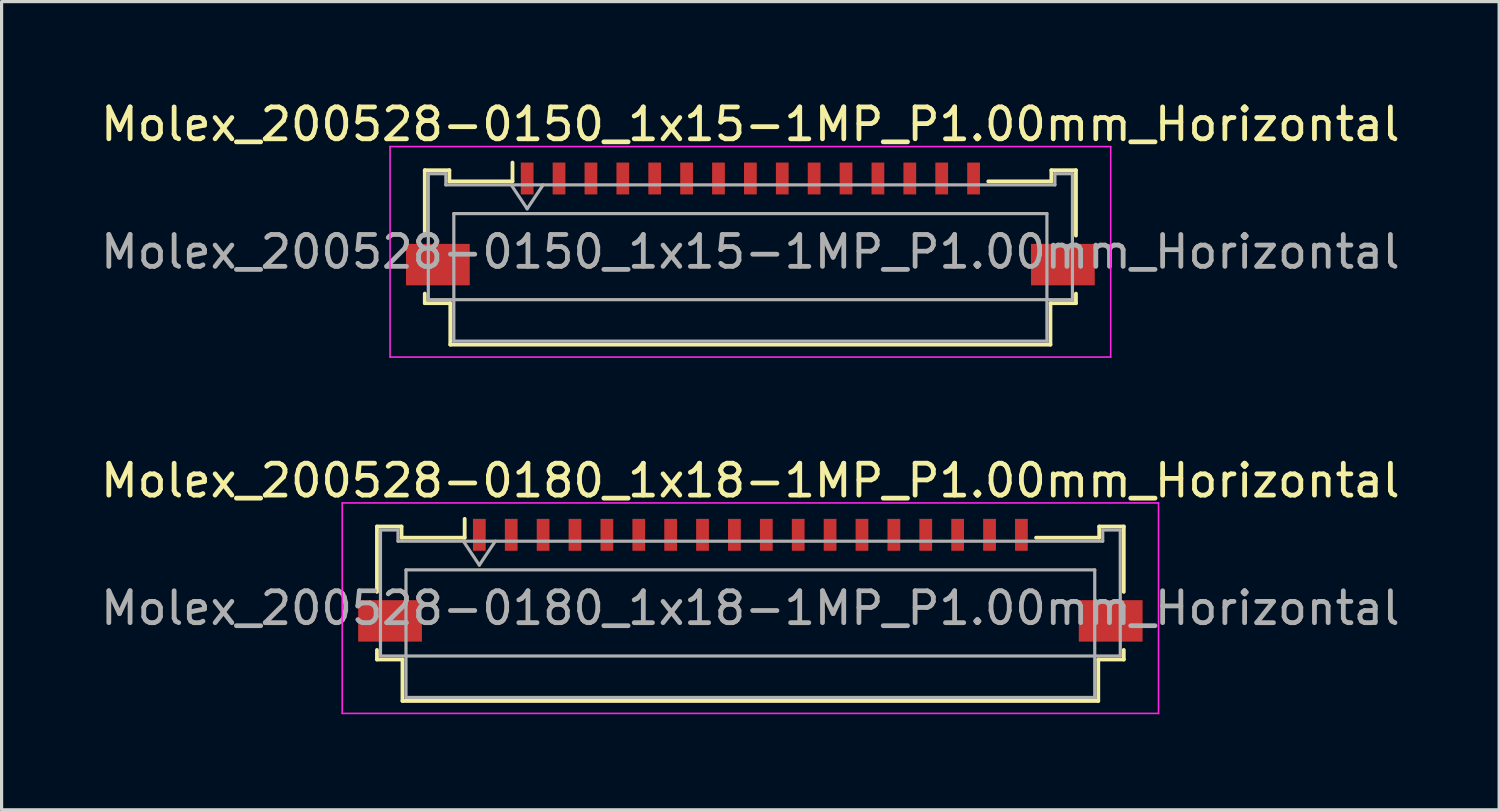
<source format=kicad_pcb>
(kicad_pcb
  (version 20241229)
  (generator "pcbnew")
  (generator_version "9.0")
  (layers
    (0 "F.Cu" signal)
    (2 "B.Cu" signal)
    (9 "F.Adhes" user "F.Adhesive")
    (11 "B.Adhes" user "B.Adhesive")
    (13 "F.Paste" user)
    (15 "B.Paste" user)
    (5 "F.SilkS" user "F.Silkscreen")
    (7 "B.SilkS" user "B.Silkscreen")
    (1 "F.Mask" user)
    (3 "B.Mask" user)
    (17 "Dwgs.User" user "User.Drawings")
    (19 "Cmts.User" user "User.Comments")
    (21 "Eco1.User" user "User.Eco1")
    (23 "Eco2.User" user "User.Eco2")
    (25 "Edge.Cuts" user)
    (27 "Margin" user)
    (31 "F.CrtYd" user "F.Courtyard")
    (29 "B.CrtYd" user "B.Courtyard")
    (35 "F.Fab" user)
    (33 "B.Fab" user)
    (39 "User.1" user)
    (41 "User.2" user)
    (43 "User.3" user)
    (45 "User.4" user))
  (footprint "Molex_200528-0150_1x15-1MP_P1.00mm_Horizontal"
    (layer "F.Cu")
    (at 20.482 3.458)
    (property "Reference" "Molex_200528-0150_1x15-1MP_P1.00mm_Horizontal" (at 0 -2.61 0) (layer "F.SilkS") (effects (font (size 1 1) (thickness 0.15))))
    (attr smd)
    (fp_line (start -10.21 -1.17) (end -10.21 0.88) (stroke (width 0.12) (type solid)) (layer "F.SilkS"))
    (fp_line (start -10.21 2.7) (end -10.21 3) (stroke (width 0.12) (type solid)) (layer "F.SilkS"))
    (fp_line (start -10.21 3) (end -9.41 3) (stroke (width 0.12) (type solid)) (layer "F.SilkS"))
    (fp_line (start -9.44 -1.17) (end -10.21 -1.17) (stroke (width 0.12) (type solid)) (layer "F.SilkS"))
    (fp_line (start -9.44 -0.82) (end -9.44 -1.17) (stroke (width 0.12) (type solid)) (layer "F.SilkS"))
    (fp_line (start -9.41 3) (end -9.41 4.3) (stroke (width 0.12) (type solid)) (layer "F.SilkS"))
    (fp_line (start -9.41 4.3) (end 9.41 4.3) (stroke (width 0.12) (type solid)) (layer "F.SilkS"))
    (fp_line (start -7.46 -1.41) (end -7.46 -0.82) (stroke (width 0.12) (type solid)) (layer "F.SilkS"))
    (fp_line (start -7.46 -0.82) (end -9.44 -0.82) (stroke (width 0.12) (type solid)) (layer "F.SilkS"))
    (fp_line (start 9.41 3) (end 10.21 3) (stroke (width 0.12) (type solid)) (layer "F.SilkS"))
    (fp_line (start 9.41 4.3) (end 9.41 3) (stroke (width 0.12) (type solid)) (layer "F.SilkS"))
    (fp_line (start 9.44 -1.17) (end 9.44 -0.82) (stroke (width 0.12) (type solid)) (layer "F.SilkS"))
    (fp_line (start 9.44 -0.82) (end 7.46 -0.82) (stroke (width 0.12) (type solid)) (layer "F.SilkS"))
    (fp_line (start 10.21 -1.17) (end 9.44 -1.17) (stroke (width 0.12) (type solid)) (layer "F.SilkS"))
    (fp_line (start 10.21 0.88) (end 10.21 -1.17) (stroke (width 0.12) (type solid)) (layer "F.SilkS"))
    (fp_line (start 10.21 3) (end 10.21 2.7) (stroke (width 0.12) (type solid)) (layer "F.SilkS"))
    (fp_line (start -11.3 -1.91) (end -11.3 4.69) (stroke (width 0.05) (type solid)) (layer "F.CrtYd"))
    (fp_line (start -11.3 4.69) (end 11.3 4.69) (stroke (width 0.05) (type solid)) (layer "F.CrtYd"))
    (fp_line (start 11.3 -1.91) (end -11.3 -1.91) (stroke (width 0.05) (type solid)) (layer "F.CrtYd"))
    (fp_line (start 11.3 4.69) (end 11.3 -1.91) (stroke (width 0.05) (type solid)) (layer "F.CrtYd"))
    (fp_line (start -10.1 -1.06) (end -10.1 2.89) (stroke (width 0.1) (type solid)) (layer "F.Fab"))
    (fp_line (start -10.1 2.89) (end 10.1 2.89) (stroke (width 0.1) (type solid)) (layer "F.Fab"))
    (fp_line (start -9.55 -1.06) (end -10.1 -1.06) (stroke (width 0.1) (type solid)) (layer "F.Fab"))
    (fp_line (start -9.55 -0.71) (end -9.55 -1.06) (stroke (width 0.1) (type solid)) (layer "F.Fab"))
    (fp_line (start -9.3 0.19) (end -9.3 4.19) (stroke (width 0.1) (type solid)) (layer "F.Fab"))
    (fp_line (start -9.3 4.19) (end 9.3 4.19) (stroke (width 0.1) (type solid)) (layer "F.Fab"))
    (fp_line (start -7.5 -0.71) (end -7 0.04) (stroke (width 0.1) (type solid)) (layer "F.Fab"))
    (fp_line (start -7 0.04) (end -6.5 -0.71) (stroke (width 0.1) (type solid)) (layer "F.Fab"))
    (fp_line (start 9.3 0.19) (end -9.3 0.19) (stroke (width 0.1) (type solid)) (layer "F.Fab"))
    (fp_line (start 9.3 4.19) (end 9.3 0.19) (stroke (width 0.1) (type solid)) (layer "F.Fab"))
    (fp_line (start 9.55 -1.06) (end 9.55 -0.71) (stroke (width 0.1) (type solid)) (layer "F.Fab"))
    (fp_line (start 9.55 -0.71) (end -9.55 -0.71) (stroke (width 0.1) (type solid)) (layer "F.Fab"))
    (fp_line (start 10.1 -1.06) (end 9.55 -1.06) (stroke (width 0.1) (type solid)) (layer "F.Fab"))
    (fp_line (start 10.1 2.89) (end 10.1 -1.06) (stroke (width 0.1) (type solid)) (layer "F.Fab"))
    (fp_text user "${REFERENCE}" (at 0 1.39 0) (layer "F.Fab") (effects (font (size 1 1) (thickness 0.15))))
    (pad "1" smd rect (at -7 -0.91) (size 0.4 1) (layers "F.Cu" "F.Mask" "F.Paste"))
    (pad "2" smd rect (at -6 -0.91) (size 0.4 1) (layers "F.Cu" "F.Mask" "F.Paste"))
    (pad "3" smd rect (at -5 -0.91) (size 0.4 1) (layers "F.Cu" "F.Mask" "F.Paste"))
    (pad "4" smd rect (at -4 -0.91) (size 0.4 1) (layers "F.Cu" "F.Mask" "F.Paste"))
    (pad "5" smd rect (at -3 -0.91) (size 0.4 1) (layers "F.Cu" "F.Mask" "F.Paste"))
    (pad "6" smd rect (at -2 -0.91) (size 0.4 1) (layers "F.Cu" "F.Mask" "F.Paste"))
    (pad "7" smd rect (at -1 -0.91) (size 0.4 1) (layers "F.Cu" "F.Mask" "F.Paste"))
    (pad "8" smd rect (at 0 -0.91) (size 0.4 1) (layers "F.Cu" "F.Mask" "F.Paste"))
    (pad "9" smd rect (at 1 -0.91) (size 0.4 1) (layers "F.Cu" "F.Mask" "F.Paste"))
    (pad "10" smd rect (at 2 -0.91) (size 0.4 1) (layers "F.Cu" "F.Mask" "F.Paste"))
    (pad "11" smd rect (at 3 -0.91) (size 0.4 1) (layers "F.Cu" "F.Mask" "F.Paste"))
    (pad "12" smd rect (at 4 -0.91) (size 0.4 1) (layers "F.Cu" "F.Mask" "F.Paste"))
    (pad "13" smd rect (at 5 -0.91) (size 0.4 1) (layers "F.Cu" "F.Mask" "F.Paste"))
    (pad "14" smd rect (at 6 -0.91) (size 0.4 1) (layers "F.Cu" "F.Mask" "F.Paste"))
    (pad "15" smd rect (at 7 -0.91) (size 0.4 1) (layers "F.Cu" "F.Mask" "F.Paste"))
    (pad "MP" smd rect (at -9.8 1.79) (size 2 1.3) (layers "F.Cu" "F.Mask" "F.Paste"))
    (pad "MP" smd rect (at 9.8 1.79) (size 2 1.3) (layers "F.Cu" "F.Mask" "F.Paste")))
  (footprint "Molex_200528-0180_1x18-1MP_P1.00mm_Horizontal"
    (layer "F.Cu")
    (at 20.482 14.632)
    (property "Reference" "Molex_200528-0180_1x18-1MP_P1.00mm_Horizontal" (at 0 -2.61 0) (layer "F.SilkS") (effects (font (size 1 1) (thickness 0.15))))
    (attr smd)
    (fp_line (start -11.71 -1.17) (end -11.71 0.88) (stroke (width 0.12) (type solid)) (layer "F.SilkS"))
    (fp_line (start -11.71 2.7) (end -11.71 3) (stroke (width 0.12) (type solid)) (layer "F.SilkS"))
    (fp_line (start -11.71 3) (end -10.91 3) (stroke (width 0.12) (type solid)) (layer "F.SilkS"))
    (fp_line (start -10.94 -1.17) (end -11.71 -1.17) (stroke (width 0.12) (type solid)) (layer "F.SilkS"))
    (fp_line (start -10.94 -0.82) (end -10.94 -1.17) (stroke (width 0.12) (type solid)) (layer "F.SilkS"))
    (fp_line (start -10.91 3) (end -10.91 4.3) (stroke (width 0.12) (type solid)) (layer "F.SilkS"))
    (fp_line (start -10.91 4.3) (end 10.91 4.3) (stroke (width 0.12) (type solid)) (layer "F.SilkS"))
    (fp_line (start -8.96 -1.41) (end -8.96 -0.82) (stroke (width 0.12) (type solid)) (layer "F.SilkS"))
    (fp_line (start -8.96 -0.82) (end -10.94 -0.82) (stroke (width 0.12) (type solid)) (layer "F.SilkS"))
    (fp_line (start 10.91 3) (end 11.71 3) (stroke (width 0.12) (type solid)) (layer "F.SilkS"))
    (fp_line (start 10.91 4.3) (end 10.91 3) (stroke (width 0.12) (type solid)) (layer "F.SilkS"))
    (fp_line (start 10.94 -1.17) (end 10.94 -0.82) (stroke (width 0.12) (type solid)) (layer "F.SilkS"))
    (fp_line (start 10.94 -0.82) (end 8.96 -0.82) (stroke (width 0.12) (type solid)) (layer "F.SilkS"))
    (fp_line (start 11.71 -1.17) (end 10.94 -1.17) (stroke (width 0.12) (type solid)) (layer "F.SilkS"))
    (fp_line (start 11.71 0.88) (end 11.71 -1.17) (stroke (width 0.12) (type solid)) (layer "F.SilkS"))
    (fp_line (start 11.71 3) (end 11.71 2.7) (stroke (width 0.12) (type solid)) (layer "F.SilkS"))
    (fp_line (start -12.8 -1.91) (end -12.8 4.69) (stroke (width 0.05) (type solid)) (layer "F.CrtYd"))
    (fp_line (start -12.8 4.69) (end 12.8 4.69) (stroke (width 0.05) (type solid)) (layer "F.CrtYd"))
    (fp_line (start 12.8 -1.91) (end -12.8 -1.91) (stroke (width 0.05) (type solid)) (layer "F.CrtYd"))
    (fp_line (start 12.8 4.69) (end 12.8 -1.91) (stroke (width 0.05) (type solid)) (layer "F.CrtYd"))
    (fp_line (start -11.6 -1.06) (end -11.6 2.89) (stroke (width 0.1) (type solid)) (layer "F.Fab"))
    (fp_line (start -11.6 2.89) (end 11.6 2.89) (stroke (width 0.1) (type solid)) (layer "F.Fab"))
    (fp_line (start -11.05 -1.06) (end -11.6 -1.06) (stroke (width 0.1) (type solid)) (layer "F.Fab"))
    (fp_line (start -11.05 -0.71) (end -11.05 -1.06) (stroke (width 0.1) (type solid)) (layer "F.Fab"))
    (fp_line (start -10.8 0.19) (end -10.8 4.19) (stroke (width 0.1) (type solid)) (layer "F.Fab"))
    (fp_line (start -10.8 4.19) (end 10.8 4.19) (stroke (width 0.1) (type solid)) (layer "F.Fab"))
    (fp_line (start -9 -0.71) (end -8.5 0.04) (stroke (width 0.1) (type solid)) (layer "F.Fab"))
    (fp_line (start -8.5 0.04) (end -8 -0.71) (stroke (width 0.1) (type solid)) (layer "F.Fab"))
    (fp_line (start 10.8 0.19) (end -10.8 0.19) (stroke (width 0.1) (type solid)) (layer "F.Fab"))
    (fp_line (start 10.8 4.19) (end 10.8 0.19) (stroke (width 0.1) (type solid)) (layer "F.Fab"))
    (fp_line (start 11.05 -1.06) (end 11.05 -0.71) (stroke (width 0.1) (type solid)) (layer "F.Fab"))
    (fp_line (start 11.05 -0.71) (end -11.05 -0.71) (stroke (width 0.1) (type solid)) (layer "F.Fab"))
    (fp_line (start 11.6 -1.06) (end 11.05 -1.06) (stroke (width 0.1) (type solid)) (layer "F.Fab"))
    (fp_line (start 11.6 2.89) (end 11.6 -1.06) (stroke (width 0.1) (type solid)) (layer "F.Fab"))
    (fp_text user "${REFERENCE}" (at 0 1.39 0) (layer "F.Fab") (effects (font (size 1 1) (thickness 0.15))))
    (pad "1" smd rect (at -8.5 -0.91) (size 0.4 1) (layers "F.Cu" "F.Mask" "F.Paste"))
    (pad "2" smd rect (at -7.5 -0.91) (size 0.4 1) (layers "F.Cu" "F.Mask" "F.Paste"))
    (pad "3" smd rect (at -6.5 -0.91) (size 0.4 1) (layers "F.Cu" "F.Mask" "F.Paste"))
    (pad "4" smd rect (at -5.5 -0.91) (size 0.4 1) (layers "F.Cu" "F.Mask" "F.Paste"))
    (pad "5" smd rect (at -4.5 -0.91) (size 0.4 1) (layers "F.Cu" "F.Mask" "F.Paste"))
    (pad "6" smd rect (at -3.5 -0.91) (size 0.4 1) (layers "F.Cu" "F.Mask" "F.Paste"))
    (pad "7" smd rect (at -2.5 -0.91) (size 0.4 1) (layers "F.Cu" "F.Mask" "F.Paste"))
    (pad "8" smd rect (at -1.5 -0.91) (size 0.4 1) (layers "F.Cu" "F.Mask" "F.Paste"))
    (pad "9" smd rect (at -0.5 -0.91) (size 0.4 1) (layers "F.Cu" "F.Mask" "F.Paste"))
    (pad "10" smd rect (at 0.5 -0.91) (size 0.4 1) (layers "F.Cu" "F.Mask" "F.Paste"))
    (pad "11" smd rect (at 1.5 -0.91) (size 0.4 1) (layers "F.Cu" "F.Mask" "F.Paste"))
    (pad "12" smd rect (at 2.5 -0.91) (size 0.4 1) (layers "F.Cu" "F.Mask" "F.Paste"))
    (pad "13" smd rect (at 3.5 -0.91) (size 0.4 1) (layers "F.Cu" "F.Mask" "F.Paste"))
    (pad "14" smd rect (at 4.5 -0.91) (size 0.4 1) (layers "F.Cu" "F.Mask" "F.Paste"))
    (pad "15" smd rect (at 5.5 -0.91) (size 0.4 1) (layers "F.Cu" "F.Mask" "F.Paste"))
    (pad "16" smd rect (at 6.5 -0.91) (size 0.4 1) (layers "F.Cu" "F.Mask" "F.Paste"))
    (pad "17" smd rect (at 7.5 -0.91) (size 0.4 1) (layers "F.Cu" "F.Mask" "F.Paste"))
    (pad "18" smd rect (at 8.5 -0.91) (size 0.4 1) (layers "F.Cu" "F.Mask" "F.Paste"))
    (pad "MP" smd rect (at -11.3 1.79) (size 2 1.3) (layers "F.Cu" "F.Mask" "F.Paste"))
    (pad "MP" smd rect (at 11.3 1.79) (size 2 1.3) (layers "F.Cu" "F.Mask" "F.Paste")))
  (gr_rect
    (start -3 -3)
    (end 43.964 22.346)
    (stroke (width 0.1) (type default))
    (fill no)
    (layer "Edge.Cuts")))
</source>
